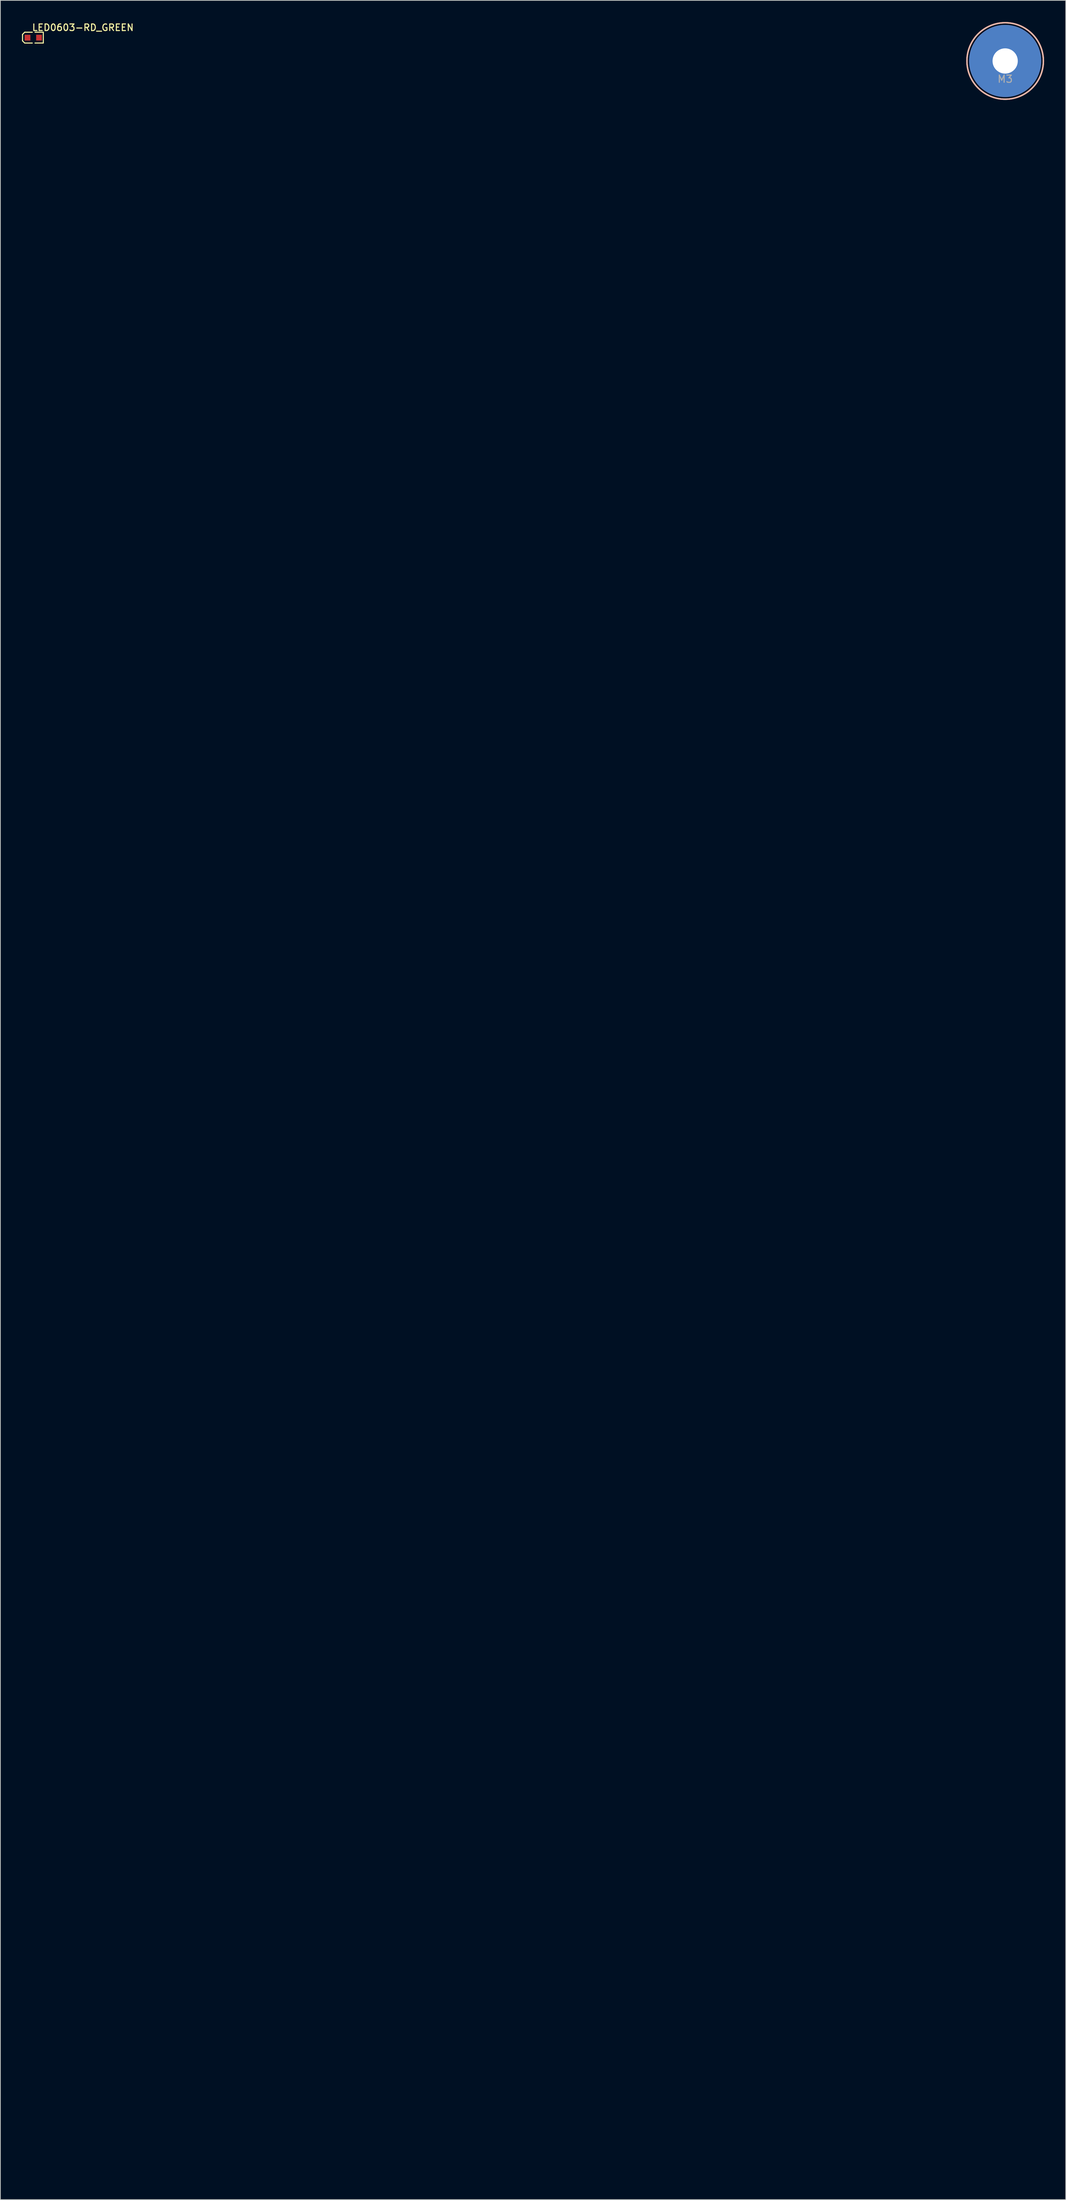
<source format=kicad_pcb>
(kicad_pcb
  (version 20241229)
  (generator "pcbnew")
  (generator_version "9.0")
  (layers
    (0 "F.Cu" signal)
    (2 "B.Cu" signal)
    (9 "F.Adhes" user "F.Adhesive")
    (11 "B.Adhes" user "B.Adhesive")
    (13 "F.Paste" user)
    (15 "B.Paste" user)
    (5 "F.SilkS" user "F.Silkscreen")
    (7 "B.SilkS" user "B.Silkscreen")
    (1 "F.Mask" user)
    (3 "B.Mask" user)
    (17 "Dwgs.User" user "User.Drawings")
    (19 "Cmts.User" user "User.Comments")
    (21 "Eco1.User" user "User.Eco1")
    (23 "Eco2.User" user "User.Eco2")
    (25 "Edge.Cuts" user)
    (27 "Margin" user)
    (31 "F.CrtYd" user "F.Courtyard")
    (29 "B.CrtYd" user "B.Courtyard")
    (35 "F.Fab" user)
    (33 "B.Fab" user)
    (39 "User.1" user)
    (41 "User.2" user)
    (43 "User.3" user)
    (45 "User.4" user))
  (footprint "LED0603-RD_GREEN"
    (layer "F.Cu")
    (at 1.565 2.17)
    (property "Reference" "LED0603-RD_GREEN" (at -0.244 -1.937 0) (layer "F.SilkS") (effects (font (size 0.914 0.914) (thickness 0.152)) (justify left top)))
    (fp_line (start -1.49 -0.454) (end -1.19 -0.754) (stroke (width 0.15) (type default)) (layer "F.SilkS"))
    (fp_line (start -1.49 -0.354) (end -1.49 -0.454) (stroke (width 0.15) (type default)) (layer "F.SilkS"))
    (fp_line (start -1.49 -0.354) (end -1.49 0.346) (stroke (width 0.15) (type default)) (layer "F.SilkS"))
    (fp_line (start -1.49 0.346) (end -1.49 0.446) (stroke (width 0.15) (type default)) (layer "F.SilkS"))
    (fp_line (start -1.49 0.446) (end -1.19 0.746) (stroke (width 0.15) (type default)) (layer "F.SilkS"))
    (fp_line (start -0.14 -0.754) (end -1.19 -0.754) (stroke (width 0.15) (type default)) (layer "F.SilkS"))
    (fp_line (start -0.14 0.746) (end -1.19 0.746) (stroke (width 0.15) (type default)) (layer "F.SilkS"))
    (fp_line (start 0.24 -0.757) (end 1.391 -0.757) (stroke (width 0.15) (type default)) (layer "F.SilkS"))
    (fp_line (start 0.24 0.744) (end 1.391 0.744) (stroke (width 0.15) (type default)) (layer "F.SilkS"))
    (fp_line (start 1.391 -0.756) (end 1.391 0.724) (stroke (width 0.15) (type default)) (layer "F.SilkS"))
    (fp_circle (center -0.799 0.403) (end -0.769 0.403) (stroke (width 0.06) (type default)) (fill no) (layer "User.5"))
    (pad "1" smd rect (at -0.799 0.003 90) (size 0.8 0.8) (layers "F.Cu" "F.Mask" "F.Paste"))
    (pad "2" smd rect (at 0.799 -0.004 90) (size 0.8 0.8) (layers "F.Cu" "F.Mask" "F.Paste"))
    (zone (net_name "") (layer "F.SilkS") (hatch edge 0.5) (priority 100) (connect_pads yes) (min_thickness 0) (filled_areas_thickness no) (fill yes) (polygon (pts (xy 126.572 298.002) (xy 126.572 298.802) (xy 126.772 298.802) (xy 126.772 298.002))) (filled_polygon (layer "F.SilkS") (island) (pts (xy 126.572 298.002) (xy 126.572 298.802) (xy 126.772 298.802) (xy 126.772 298.002))))
    (zone (net_name "") (layer "Dwgs.User") (hatch edge 0.5) (priority 100) (connect_pads yes) (min_thickness 0) (filled_areas_thickness no) (fill yes) (polygon (pts (xy 125.802 298.34) (xy 126.342 298.34) (xy 126.342 298.47) (xy 125.802 298.47))) (filled_polygon (layer "Dwgs.User") (island) (pts (xy 125.802 298.34) (xy 126.342 298.34) (xy 126.342 298.47) (xy 125.802 298.47))))
    (zone (net_name "") (layer "Dwgs.User") (hatch edge 0.5) (priority 100) (connect_pads yes) (min_thickness 0) (filled_areas_thickness no) (fill yes) (polygon (pts (xy 126.572 298.002) (xy 126.572 298.802) (xy 126.772 298.802) (xy 126.772 298.002))) (filled_polygon (layer "Dwgs.User") (island) (pts (xy 126.572 298.002) (xy 126.572 298.802) (xy 126.772 298.802) (xy 126.772 298.002))))
    (zone (net_name "") (layer "Dwgs.User") (hatch edge 0.5) (priority 100) (connect_pads yes) (min_thickness 0) (filled_areas_thickness no) (fill yes) (polygon (pts (xy 127.401 298.333) (xy 127.941 298.333) (xy 127.941 298.463) (xy 127.401 298.463))) (filled_polygon (layer "Dwgs.User") (island) (pts (xy 127.401 298.333) (xy 127.941 298.333) (xy 127.941 298.463) (xy 127.401 298.463))))
    (zone (net_name "") (layer "Dwgs.User") (hatch edge 0.5) (priority 100) (connect_pads yes) (min_thickness 0) (filled_areas_thickness no) (fill yes) (polygon (pts (xy 127.607 298.669) (xy 127.607 298.129) (xy 127.737 298.129) (xy 127.737 298.669))) (filled_polygon (layer "Dwgs.User") (island) (pts (xy 127.607 298.669) (xy 127.607 298.129) (xy 127.737 298.129) (xy 127.737 298.669))))
    (zone (net_name "") (layer "User.3") (hatch edge 0.5) (priority 100) (connect_pads yes) (min_thickness 0) (filled_areas_thickness no) (fill yes) (polygon (pts (xy 126.073 298.802) (xy 126.073 298.002) (xy 127.673 298.002) (xy 127.673 298.802))) (filled_polygon (layer "User.3") (island) (pts (xy 126.073 298.802) (xy 126.073 298.002) (xy 127.673 298.002) (xy 127.673 298.802))))
    (zone (net_name "") (layer "User.4") (hatch edge 0.5) (priority 100) (connect_pads yes) (min_thickness 0) (filled_areas_thickness no) (fill yes) (polygon (pts (xy 126.073 298.805) (xy 126.073 298.005) (xy 126.373 298.005) (xy 126.373 298.805))) (filled_polygon (layer "User.4") (island) (pts (xy 126.073 298.805) (xy 126.073 298.005) (xy 126.373 298.005) (xy 126.373 298.805))))
    (zone (net_name "") (layer "User.4") (hatch edge 0.5) (priority 100) (connect_pads yes) (min_thickness 0) (filled_areas_thickness no) (fill yes) (polygon (pts (xy 127.373 298.798) (xy 127.373 297.998) (xy 127.673 297.998) (xy 127.673 298.798))) (filled_polygon (layer "User.4") (island) (pts (xy 127.373 298.798) (xy 127.373 297.998) (xy 127.673 297.998) (xy 127.673 298.798)))))
  (footprint "M3"
    (layer "F.Cu")
    (at 136.341 5.4)
    (property "Reference" "M3" (at 0 -0.5 0) (unlocked yes) (layer "F.SilkS") (effects (font (size 1 1) (thickness 0.1))))
    (fp_circle (center 0 0) (end 5.3 0) (stroke (width 0.2) (type solid)) (fill no) (layer "F.SilkS"))
    (fp_circle (center 0 0) (end 5.3 0) (stroke (width 0.2) (type solid)) (fill no) (layer "B.SilkS"))
    (fp_text user "${REFERENCE}" (at 0 2.5 0) (unlocked yes) (layer "F.Fab") (effects (font (size 1 1) (thickness 0.15))))
    (pad "1" thru_hole circle (at 0 0) (size 10 10) (drill 3.5) (property pad_prop_mechanical) (layers "*.Cu" "*.Mask")))
  (gr_rect
    (start -3 -3)
    (end 144.741 301.805)
    (stroke (width 0.1) (type default))
    (fill no)
    (layer "Edge.Cuts")))
</source>
